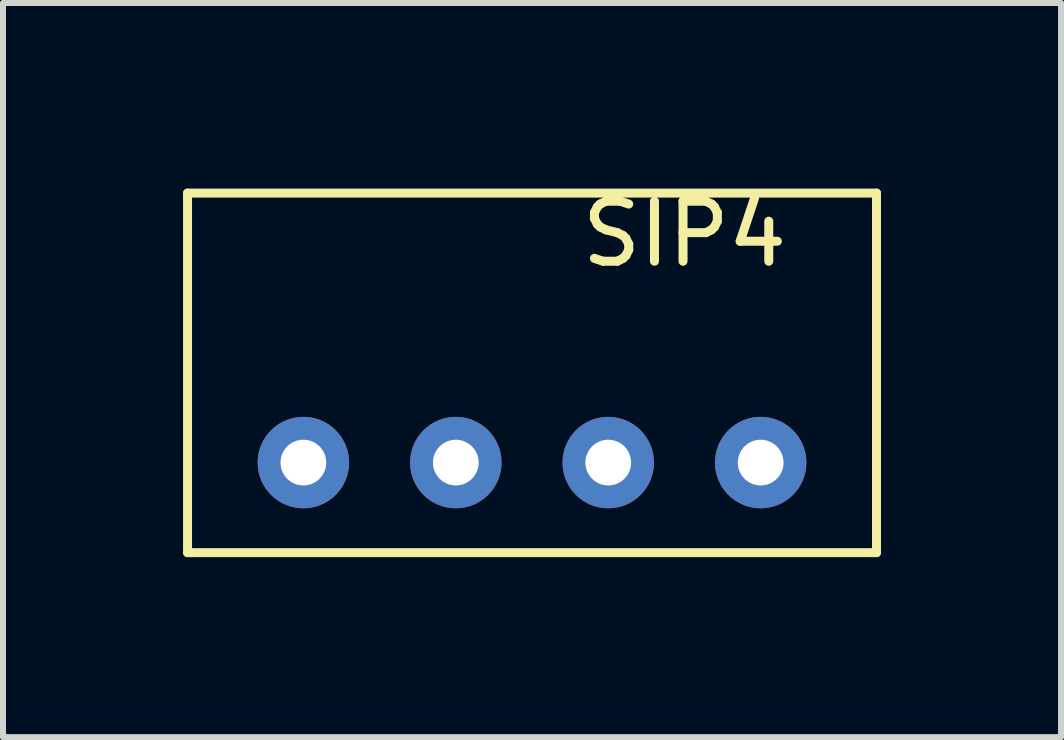
<source format=kicad_pcb>
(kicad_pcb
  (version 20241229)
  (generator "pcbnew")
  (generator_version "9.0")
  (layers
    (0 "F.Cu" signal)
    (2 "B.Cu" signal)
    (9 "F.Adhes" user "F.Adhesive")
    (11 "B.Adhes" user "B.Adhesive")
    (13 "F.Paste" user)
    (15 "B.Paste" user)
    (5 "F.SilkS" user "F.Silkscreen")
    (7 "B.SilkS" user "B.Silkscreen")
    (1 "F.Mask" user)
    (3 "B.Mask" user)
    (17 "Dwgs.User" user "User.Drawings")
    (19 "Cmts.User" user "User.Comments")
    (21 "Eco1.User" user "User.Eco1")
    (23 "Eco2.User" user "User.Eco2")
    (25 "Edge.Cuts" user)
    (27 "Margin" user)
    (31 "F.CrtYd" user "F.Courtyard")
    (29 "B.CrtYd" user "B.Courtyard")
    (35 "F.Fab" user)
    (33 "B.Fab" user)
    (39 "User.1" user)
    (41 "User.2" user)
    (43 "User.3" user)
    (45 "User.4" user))
  (footprint "SIP4"
    (layer "F.Cu")
    (at 5.815 4.658)
    (property "Reference" "SIP4" (at 2.54 -3.81 0) (layer "F.SilkS") (effects (font (size 1 1) (thickness 0.15))))
    (attr through_hole)
    (fp_line (start -5.74 -4.49) (end -5.74 1.5) (stroke (width 0.15) (type solid)) (layer "F.SilkS"))
    (fp_line (start -5.74 1.5) (end 5.74 1.5) (stroke (width 0.15) (type solid)) (layer "F.SilkS"))
    (fp_line (start 5.74 -4.49) (end -5.74 -4.49) (stroke (width 0.15) (type solid)) (layer "F.SilkS"))
    (fp_line (start 5.74 1.5) (end 5.74 -4.49) (stroke (width 0.15) (type solid)) (layer "F.SilkS"))
    (pad "1" thru_hole oval (at -3.81 0) (size 1.524 1.524) (drill 0.762) (layers "*.Cu" "*.Mask"))
    (pad "2" thru_hole oval (at -1.27 0) (size 1.524 1.524) (drill 0.762) (layers "*.Cu" "*.Mask"))
    (pad "3" thru_hole oval (at 1.27 0) (size 1.524 1.524) (drill 0.762) (layers "*.Cu" "*.Mask"))
    (pad "4" thru_hole oval (at 3.81 0) (size 1.524 1.524) (drill 0.762) (layers "*.Cu" "*.Mask")))
  (gr_rect
    (start -3 -3)
    (end 14.63 9.233)
    (stroke (width 0.1) (type default))
    (fill no)
    (layer "Edge.Cuts")))
</source>
